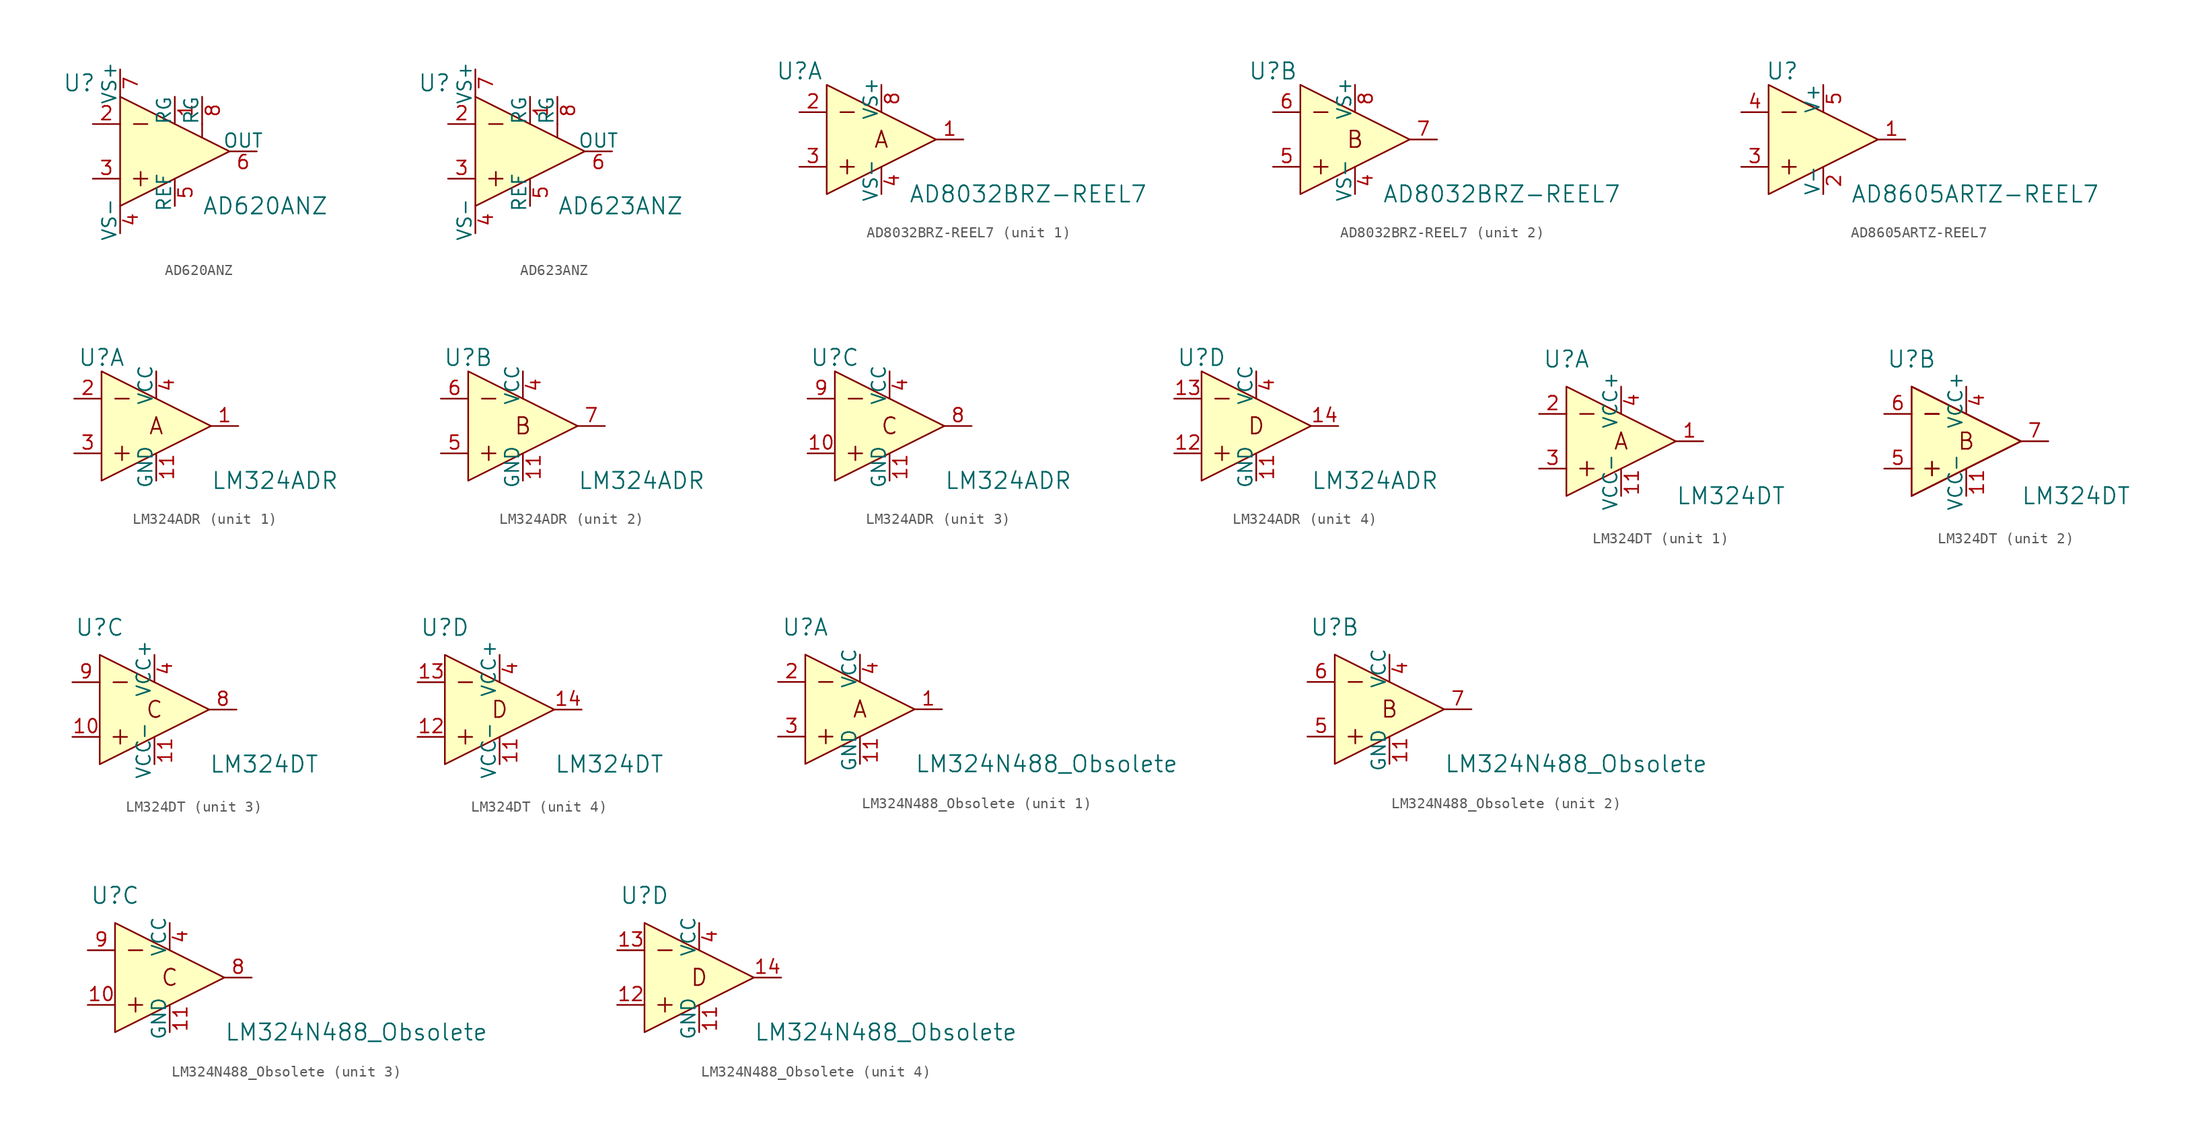
<source format=kicad_sym>
(kicad_symbol_lib
  (version 20211014)
  (generator kicad_symbol_editor)
  (symbol "AD620ANZ"
    (pin_names
      (offset 0))
    (property "Reference" "U"
      (at -8.89 6.35 0)
      (effects (font (size 1.524 1.524))))
    (property "Value" "AD620ANZ"
      (at 2.54 -5.08 0)
      (effects (font (size 1.524 1.524)) (justify left)))
    (symbol "AD620ANZ_1_0"
      (polyline (pts (xy -3.81 -2.54) (xy -2.54 -2.54)) (stroke (width 0) (type default) (color 0 0 0 0)) (fill (type none)))
      (polyline (pts (xy -3.81 2.54) (xy -2.54 2.54)) (stroke (width 0) (type default) (color 0 0 0 0)) (fill (type none)))
      (polyline (pts (xy -3.175 -1.905) (xy -3.175 -3.175)) (stroke (width 0) (type default) (color 0 0 0 0)) (fill (type none)))
      (polyline (pts (xy 2.54 2.54) (xy 2.54 1.27)) (stroke (width 0) (type default) (color 0 0 0 0)) (fill (type none)))
      (polyline (pts (xy -5.08 5.08) (xy -5.08 -5.08) (xy 5.08 0) (xy -5.08 5.08)) (stroke (width 0) (type default) (color 0 0 0 0)) (fill (type background))))
    (symbol "AD620ANZ_1_1"
      (pin passive line (at 0 5.08 270) (length 2.54) (name "RG" (effects (font (size 1.27 1.27)))) (number "1" (effects (font (size 1.27 1.27)))))
      (pin input line (at -7.62 2.54 0) (length 2.54) (name "~" (effects (font (size 1.27 1.27)))) (number "2" (effects (font (size 1.27 1.27)))))
      (pin input line (at -7.62 -2.54 0) (length 2.54) (name "~" (effects (font (size 1.27 1.27)))) (number "3" (effects (font (size 1.27 1.27)))))
      (pin power_in line (at -5.08 -7.62 90) (length 2.54) (name "VS-" (effects (font (size 1.27 1.27)))) (number "4" (effects (font (size 1.27 1.27)))))
      (pin output line (at 0 -5.08 90) (length 2.54) (name "REF" (effects (font (size 1.27 1.27)))) (number "5" (effects (font (size 1.27 1.27)))))
      (pin output line (at 7.62 0 180) (length 2.54) (name "OUT" (effects (font (size 1.27 1.27)))) (number "6" (effects (font (size 1.27 1.27)))))
      (pin power_in line (at -5.08 7.62 270) (length 2.54) (name "VS+" (effects (font (size 1.27 1.27)))) (number "7" (effects (font (size 1.27 1.27)))))
      (pin passive line (at 2.54 5.08 270) (length 2.54) (name "RG" (effects (font (size 1.27 1.27)))) (number "8" (effects (font (size 1.27 1.27)))))))
  (symbol "AD623ANZ"
    (pin_names
      (offset 0))
    (property "Reference" "U"
      (at -8.89 6.35 0)
      (effects (font (size 1.524 1.524))))
    (property "Value" "AD623ANZ"
      (at 2.54 -5.08 0)
      (effects (font (size 1.524 1.524)) (justify left)))
    (symbol "AD623ANZ_1_0"
      (polyline (pts (xy -3.81 -2.54) (xy -2.54 -2.54)) (stroke (width 0) (type default) (color 0 0 0 0)) (fill (type none)))
      (polyline (pts (xy -3.81 2.54) (xy -2.54 2.54)) (stroke (width 0) (type default) (color 0 0 0 0)) (fill (type none)))
      (polyline (pts (xy -3.175 -1.905) (xy -3.175 -3.175)) (stroke (width 0) (type default) (color 0 0 0 0)) (fill (type none)))
      (polyline (pts (xy 2.54 2.54) (xy 2.54 1.27)) (stroke (width 0) (type default) (color 0 0 0 0)) (fill (type none)))
      (polyline (pts (xy -5.08 5.08) (xy -5.08 -5.08) (xy 5.08 0) (xy -5.08 5.08)) (stroke (width 0) (type default) (color 0 0 0 0)) (fill (type background))))
    (symbol "AD623ANZ_1_1"
      (pin passive line (at 0 5.08 270) (length 2.54) (name "RG" (effects (font (size 1.27 1.27)))) (number "1" (effects (font (size 1.27 1.27)))))
      (pin input line (at -7.62 2.54 0) (length 2.54) (name "~" (effects (font (size 1.27 1.27)))) (number "2" (effects (font (size 1.27 1.27)))))
      (pin input line (at -7.62 -2.54 0) (length 2.54) (name "~" (effects (font (size 1.27 1.27)))) (number "3" (effects (font (size 1.27 1.27)))))
      (pin power_in line (at -5.08 -7.62 90) (length 2.54) (name "VS-" (effects (font (size 1.27 1.27)))) (number "4" (effects (font (size 1.27 1.27)))))
      (pin output line (at 0 -5.08 90) (length 2.54) (name "REF" (effects (font (size 1.27 1.27)))) (number "5" (effects (font (size 1.27 1.27)))))
      (pin output line (at 7.62 0 180) (length 2.54) (name "OUT" (effects (font (size 1.27 1.27)))) (number "6" (effects (font (size 1.27 1.27)))))
      (pin power_in line (at -5.08 7.62 270) (length 2.54) (name "VS+" (effects (font (size 1.27 1.27)))) (number "7" (effects (font (size 1.27 1.27)))))
      (pin passive line (at 2.54 5.08 270) (length 2.54) (name "RG" (effects (font (size 1.27 1.27)))) (number "8" (effects (font (size 1.27 1.27)))))))
  (symbol "AD8032BRZ-REEL7"
    (pin_names
      (offset 0))
    (property "Reference" "U"
      (at -7.62 6.35 0)
      (effects (font (size 1.524 1.524))))
    (property "Value" "AD8032BRZ-REEL7"
      (at 2.54 -5.08 0)
      (effects (font (size 1.524 1.524)) (justify left)))
    (property "ki_locked" ""
      (at 0 0 0)
      (effects (font (size 1.27 1.27))))
    (symbol "AD8032BRZ-REEL7_0_1"
      (polyline (pts (xy -3.81 -2.54) (xy -2.54 -2.54)) (stroke (width 0) (type default) (color 0 0 0 0)) (fill (type none)))
      (polyline (pts (xy -3.81 2.54) (xy -2.54 2.54)) (stroke (width 0) (type default) (color 0 0 0 0)) (fill (type none)))
      (polyline (pts (xy -3.175 -3.175) (xy -3.175 -1.905)) (stroke (width 0) (type default) (color 0 0 0 0)) (fill (type none)))
      (polyline (pts (xy -5.08 5.08) (xy -5.08 -5.08) (xy 5.08 0) (xy -5.08 5.08)) (stroke (width 0) (type default) (color 0 0 0 0)) (fill (type background))))
    (symbol "AD8032BRZ-REEL7_1_0"
      (text "A" (at 0 0 0) (effects (font (size 1.524 1.524)))))
    (symbol "AD8032BRZ-REEL7_1_1"
      (pin output line (at 7.62 0 180) (length 2.54) (name "~" (effects (font (size 1.27 1.27)))) (number "1" (effects (font (size 1.27 1.27)))))
      (pin input line (at -7.62 2.54 0) (length 2.54) (name "~" (effects (font (size 1.27 1.27)))) (number "2" (effects (font (size 1.27 1.27)))))
      (pin input line (at -7.62 -2.54 0) (length 2.54) (name "~" (effects (font (size 1.27 1.27)))) (number "3" (effects (font (size 1.27 1.27)))))
      (pin power_in line (at 0 -5.08 90) (length 2.54) (name "VS-" (effects (font (size 1.27 1.27)))) (number "4" (effects (font (size 1.27 1.27)))))
      (pin power_in line (at 0 5.08 270) (length 2.54) (name "VS+" (effects (font (size 1.27 1.27)))) (number "8" (effects (font (size 1.27 1.27))))))
    (symbol "AD8032BRZ-REEL7_2_0"
      (text "B" (at 0 0 0) (effects (font (size 1.524 1.524)))))
    (symbol "AD8032BRZ-REEL7_2_1"
      (pin power_in line (at 0 -5.08 90) (length 2.54) (name "VS-" (effects (font (size 1.27 1.27)))) (number "4" (effects (font (size 1.27 1.27)))))
      (pin input line (at -7.62 -2.54 0) (length 2.54) (name "~" (effects (font (size 1.27 1.27)))) (number "5" (effects (font (size 1.27 1.27)))))
      (pin input line (at -7.62 2.54 0) (length 2.54) (name "~" (effects (font (size 1.27 1.27)))) (number "6" (effects (font (size 1.27 1.27)))))
      (pin output line (at 7.62 0 180) (length 2.54) (name "~" (effects (font (size 1.27 1.27)))) (number "7" (effects (font (size 1.27 1.27)))))
      (pin power_in line (at 0 5.08 270) (length 2.54) (name "VS+" (effects (font (size 1.27 1.27)))) (number "8" (effects (font (size 1.27 1.27)))))))
  (symbol "AD8605ARTZ-REEL7"
    (pin_names
      (offset 0))
    (property "Reference" "U"
      (at -3.81 6.35 0)
      (effects (font (size 1.524 1.524))))
    (property "Value" "AD8605ARTZ-REEL7"
      (at 2.54 -5.08 0)
      (effects (font (size 1.524 1.524)) (justify left)))
    (symbol "AD8605ARTZ-REEL7_1_0"
      (polyline (pts (xy -3.81 -2.54) (xy -2.54 -2.54)) (stroke (width 0) (type default) (color 0 0 0 0)) (fill (type none)))
      (polyline (pts (xy -3.81 2.54) (xy -2.54 2.54)) (stroke (width 0) (type default) (color 0 0 0 0)) (fill (type none)))
      (polyline (pts (xy -3.175 -1.905) (xy -3.175 -3.175)) (stroke (width 0) (type default) (color 0 0 0 0)) (fill (type none)))
      (polyline (pts (xy -5.08 5.08) (xy -5.08 -5.08) (xy 5.08 0) (xy -5.08 5.08)) (stroke (width 0) (type default) (color 0 0 0 0)) (fill (type background))))
    (symbol "AD8605ARTZ-REEL7_1_1"
      (pin output line (at 7.62 0 180) (length 2.54) (name "~" (effects (font (size 1.27 1.27)))) (number "1" (effects (font (size 1.27 1.27)))))
      (pin power_in line (at 0 -5.08 90) (length 2.54) (name "V-" (effects (font (size 1.27 1.27)))) (number "2" (effects (font (size 1.27 1.27)))))
      (pin input line (at -7.62 -2.54 0) (length 2.54) (name "~" (effects (font (size 1.27 1.27)))) (number "3" (effects (font (size 1.27 1.27)))))
      (pin input line (at -7.62 2.54 0) (length 2.54) (name "~" (effects (font (size 1.27 1.27)))) (number "4" (effects (font (size 1.27 1.27)))))
      (pin power_in line (at 0 5.08 270) (length 2.54) (name "V+" (effects (font (size 1.27 1.27)))) (number "5" (effects (font (size 1.27 1.27)))))))
  (symbol "LM324ADR"
    (pin_names
      (offset 0))
    (property "Reference" "U"
      (at -5.08 6.35 0)
      (effects (font (size 1.524 1.524))))
    (property "Value" "LM324ADR"
      (at 5.08 -5.08 0)
      (effects (font (size 1.524 1.524)) (justify left)))
    (property "ki_locked" ""
      (at 0 0 0)
      (effects (font (size 1.27 1.27))))
    (symbol "LM324ADR_0_0"
      (polyline (pts (xy -3.81 -2.54) (xy -2.54 -2.54)) (stroke (width 0) (type default) (color 0 0 0 0)) (fill (type none)))
      (polyline (pts (xy -3.81 2.54) (xy -2.54 2.54)) (stroke (width 0) (type default) (color 0 0 0 0)) (fill (type none)))
      (polyline (pts (xy -3.175 -1.905) (xy -3.175 -3.175)) (stroke (width 0) (type default) (color 0 0 0 0)) (fill (type none)))
      (polyline (pts (xy -5.08 5.08) (xy -5.08 -5.08) (xy 5.08 0) (xy -5.08 5.08)) (stroke (width 0) (type default) (color 0 0 0 0)) (fill (type background))))
    (symbol "LM324ADR_1_0"
      (text "A" (at 0 0 0) (effects (font (size 1.524 1.524)))))
    (symbol "LM324ADR_1_1"
      (pin output line (at 7.62 0 180) (length 2.54) (name "~" (effects (font (size 1.27 1.27)))) (number "1" (effects (font (size 1.27 1.27)))))
      (pin power_in line (at 0 -5.08 90) (length 2.54) (name "GND" (effects (font (size 1.27 1.27)))) (number "11" (effects (font (size 1.27 1.27)))))
      (pin input line (at -7.62 2.54 0) (length 2.54) (name "~" (effects (font (size 1.27 1.27)))) (number "2" (effects (font (size 1.27 1.27)))))
      (pin input line (at -7.62 -2.54 0) (length 2.54) (name "~" (effects (font (size 1.27 1.27)))) (number "3" (effects (font (size 1.27 1.27)))))
      (pin power_in line (at 0 5.08 270) (length 2.54) (name "VCC" (effects (font (size 1.27 1.27)))) (number "4" (effects (font (size 1.27 1.27))))))
    (symbol "LM324ADR_2_0"
      (text "B" (at 0 0 0) (effects (font (size 1.524 1.524)))))
    (symbol "LM324ADR_2_1"
      (pin power_in line (at 0 -5.08 90) (length 2.54) (name "GND" (effects (font (size 1.27 1.27)))) (number "11" (effects (font (size 1.27 1.27)))))
      (pin power_in line (at 0 5.08 270) (length 2.54) (name "VCC" (effects (font (size 1.27 1.27)))) (number "4" (effects (font (size 1.27 1.27)))))
      (pin input line (at -7.62 -2.54 0) (length 2.54) (name "~" (effects (font (size 1.27 1.27)))) (number "5" (effects (font (size 1.27 1.27)))))
      (pin input line (at -7.62 2.54 0) (length 2.54) (name "~" (effects (font (size 1.27 1.27)))) (number "6" (effects (font (size 1.27 1.27)))))
      (pin output line (at 7.62 0 180) (length 2.54) (name "~" (effects (font (size 1.27 1.27)))) (number "7" (effects (font (size 1.27 1.27))))))
    (symbol "LM324ADR_3_0"
      (text "C" (at 0 0 0) (effects (font (size 1.524 1.524)))))
    (symbol "LM324ADR_3_1"
      (pin input line (at -7.62 -2.54 0) (length 2.54) (name "~" (effects (font (size 1.27 1.27)))) (number "10" (effects (font (size 1.27 1.27)))))
      (pin power_in line (at 0 -5.08 90) (length 2.54) (name "GND" (effects (font (size 1.27 1.27)))) (number "11" (effects (font (size 1.27 1.27)))))
      (pin power_in line (at 0 5.08 270) (length 2.54) (name "VCC" (effects (font (size 1.27 1.27)))) (number "4" (effects (font (size 1.27 1.27)))))
      (pin output line (at 7.62 0 180) (length 2.54) (name "~" (effects (font (size 1.27 1.27)))) (number "8" (effects (font (size 1.27 1.27)))))
      (pin input line (at -7.62 2.54 0) (length 2.54) (name "~" (effects (font (size 1.27 1.27)))) (number "9" (effects (font (size 1.27 1.27))))))
    (symbol "LM324ADR_4_0"
      (text "D" (at 0 0 0) (effects (font (size 1.524 1.524)))))
    (symbol "LM324ADR_4_1"
      (pin power_in line (at 0 -5.08 90) (length 2.54) (name "GND" (effects (font (size 1.27 1.27)))) (number "11" (effects (font (size 1.27 1.27)))))
      (pin input line (at -7.62 -2.54 0) (length 2.54) (name "~" (effects (font (size 1.27 1.27)))) (number "12" (effects (font (size 1.27 1.27)))))
      (pin input line (at -7.62 2.54 0) (length 2.54) (name "~" (effects (font (size 1.27 1.27)))) (number "13" (effects (font (size 1.27 1.27)))))
      (pin output line (at 7.62 0 180) (length 2.54) (name "~" (effects (font (size 1.27 1.27)))) (number "14" (effects (font (size 1.27 1.27)))))
      (pin power_in line (at 0 5.08 270) (length 2.54) (name "VCC" (effects (font (size 1.27 1.27)))) (number "4" (effects (font (size 1.27 1.27)))))))
  (symbol "LM324DT"
    (pin_names
      (offset 0))
    (property "Reference" "U"
      (at -5.08 7.62 0)
      (effects (font (size 1.524 1.524))))
    (property "Value" "LM324DT"
      (at 5.08 -5.08 0)
      (effects (font (size 1.524 1.524)) (justify left)))
    (property "ki_locked" ""
      (at 0 0 0)
      (effects (font (size 1.27 1.27))))
    (symbol "LM324DT_0_0"
      (polyline (pts (xy -3.81 -2.54) (xy -2.54 -2.54)) (stroke (width 0) (type default) (color 0 0 0 0)) (fill (type none)))
      (polyline (pts (xy -3.81 2.54) (xy -2.54 2.54)) (stroke (width 0) (type default) (color 0 0 0 0)) (fill (type none)))
      (polyline (pts (xy -3.175 -1.905) (xy -3.175 -3.175)) (stroke (width 0) (type default) (color 0 0 0 0)) (fill (type none)))
      (polyline (pts (xy -5.08 5.08) (xy -5.08 -5.08) (xy 5.08 0) (xy -5.08 5.08)) (stroke (width 0) (type default) (color 0 0 0 0)) (fill (type background))))
    (symbol "LM324DT_1_0"
      (text "A" (at 0 0 0) (effects (font (size 1.524 1.524)))))
    (symbol "LM324DT_1_1"
      (pin output line (at 7.62 0 180) (length 2.54) (name "~" (effects (font (size 1.27 1.27)))) (number "1" (effects (font (size 1.27 1.27)))))
      (pin power_in line (at 0 -5.08 90) (length 2.54) (name "VCC-" (effects (font (size 1.27 1.27)))) (number "11" (effects (font (size 1.27 1.27)))))
      (pin input line (at -7.62 2.54 0) (length 2.54) (name "~" (effects (font (size 1.27 1.27)))) (number "2" (effects (font (size 1.27 1.27)))))
      (pin input line (at -7.62 -2.54 0) (length 2.54) (name "~" (effects (font (size 1.27 1.27)))) (number "3" (effects (font (size 1.27 1.27)))))
      (pin power_in line (at 0 5.08 270) (length 2.54) (name "VCC+" (effects (font (size 1.27 1.27)))) (number "4" (effects (font (size 1.27 1.27))))))
    (symbol "LM324DT_2_0"
      (polyline (pts (xy -3.81 -2.54) (xy -2.54 -2.54)) (stroke (width 0) (type default) (color 0 0 0 0)) (fill (type none)))
      (polyline (pts (xy -3.81 2.54) (xy -2.54 2.54)) (stroke (width 0) (type default) (color 0 0 0 0)) (fill (type none)))
      (polyline (pts (xy -3.175 -1.905) (xy -3.175 -3.175)) (stroke (width 0) (type default) (color 0 0 0 0)) (fill (type none)))
      (polyline (pts (xy -5.08 5.08) (xy -5.08 -5.08) (xy 5.08 0) (xy -5.08 5.08)) (stroke (width 0) (type default) (color 0 0 0 0)) (fill (type background)))
      (text "B" (at 0 0 0) (effects (font (size 1.524 1.524)))))
    (symbol "LM324DT_2_1"
      (pin power_in line (at 0 -5.08 90) (length 2.54) (name "VCC-" (effects (font (size 1.27 1.27)))) (number "11" (effects (font (size 1.27 1.27)))))
      (pin power_in line (at 0 5.08 270) (length 2.54) (name "VCC+" (effects (font (size 1.27 1.27)))) (number "4" (effects (font (size 1.27 1.27)))))
      (pin input line (at -7.62 -2.54 0) (length 2.54) (name "~" (effects (font (size 1.27 1.27)))) (number "5" (effects (font (size 1.27 1.27)))))
      (pin input line (at -7.62 2.54 0) (length 2.54) (name "~" (effects (font (size 1.27 1.27)))) (number "6" (effects (font (size 1.27 1.27)))))
      (pin output line (at 7.62 0 180) (length 2.54) (name "~" (effects (font (size 1.27 1.27)))) (number "7" (effects (font (size 1.27 1.27))))))
    (symbol "LM324DT_3_0"
      (text "C" (at 0 0 0) (effects (font (size 1.524 1.524)))))
    (symbol "LM324DT_3_1"
      (pin input line (at -7.62 -2.54 0) (length 2.54) (name "~" (effects (font (size 1.27 1.27)))) (number "10" (effects (font (size 1.27 1.27)))))
      (pin power_in line (at 0 -5.08 90) (length 2.54) (name "VCC-" (effects (font (size 1.27 1.27)))) (number "11" (effects (font (size 1.27 1.27)))))
      (pin power_in line (at 0 5.08 270) (length 2.54) (name "VCC+" (effects (font (size 1.27 1.27)))) (number "4" (effects (font (size 1.27 1.27)))))
      (pin output line (at 7.62 0 180) (length 2.54) (name "~" (effects (font (size 1.27 1.27)))) (number "8" (effects (font (size 1.27 1.27)))))
      (pin input line (at -7.62 2.54 0) (length 2.54) (name "~" (effects (font (size 1.27 1.27)))) (number "9" (effects (font (size 1.27 1.27))))))
    (symbol "LM324DT_4_0"
      (text "D" (at 0 0 0) (effects (font (size 1.524 1.524)))))
    (symbol "LM324DT_4_1"
      (pin power_in line (at 0 -5.08 90) (length 2.54) (name "VCC-" (effects (font (size 1.27 1.27)))) (number "11" (effects (font (size 1.27 1.27)))))
      (pin input line (at -7.62 -2.54 0) (length 2.54) (name "~" (effects (font (size 1.27 1.27)))) (number "12" (effects (font (size 1.27 1.27)))))
      (pin input line (at -7.62 2.54 0) (length 2.54) (name "~" (effects (font (size 1.27 1.27)))) (number "13" (effects (font (size 1.27 1.27)))))
      (pin output line (at 7.62 0 180) (length 2.54) (name "~" (effects (font (size 1.27 1.27)))) (number "14" (effects (font (size 1.27 1.27)))))
      (pin power_in line (at 0 5.08 270) (length 2.54) (name "VCC+" (effects (font (size 1.27 1.27)))) (number "4" (effects (font (size 1.27 1.27)))))))
  (symbol "LM324N488_Obsolete"
    (pin_names
      (offset 0))
    (property "Reference" "U"
      (at -5.08 7.62 0)
      (effects (font (size 1.524 1.524))))
    (property "Value" "LM324N488_Obsolete"
      (at 5.08 -5.08 0)
      (effects (font (size 1.524 1.524)) (justify left)))
    (property "ki_locked" ""
      (at 0 0 0)
      (effects (font (size 1.27 1.27))))
    (symbol "LM324N488_Obsolete_0_0"
      (polyline (pts (xy -3.81 -2.54) (xy -2.54 -2.54)) (stroke (width 0) (type default) (color 0 0 0 0)) (fill (type none)))
      (polyline (pts (xy -3.81 2.54) (xy -2.54 2.54)) (stroke (width 0) (type default) (color 0 0 0 0)) (fill (type none)))
      (polyline (pts (xy -3.175 -1.905) (xy -3.175 -3.175)) (stroke (width 0) (type default) (color 0 0 0 0)) (fill (type none)))
      (polyline (pts (xy -5.08 5.08) (xy -5.08 -5.08) (xy 5.08 0) (xy -5.08 5.08)) (stroke (width 0) (type default) (color 0 0 0 0)) (fill (type background))))
    (symbol "LM324N488_Obsolete_1_0"
      (text "A" (at 0 0 0) (effects (font (size 1.524 1.524)))))
    (symbol "LM324N488_Obsolete_1_1"
      (pin output line (at 7.62 0 180) (length 2.54) (name "~" (effects (font (size 1.27 1.27)))) (number "1" (effects (font (size 1.27 1.27)))))
      (pin power_in line (at 0 -5.08 90) (length 2.54) (name "GND" (effects (font (size 1.27 1.27)))) (number "11" (effects (font (size 1.27 1.27)))))
      (pin input line (at -7.62 2.54 0) (length 2.54) (name "~" (effects (font (size 1.27 1.27)))) (number "2" (effects (font (size 1.27 1.27)))))
      (pin input line (at -7.62 -2.54 0) (length 2.54) (name "~" (effects (font (size 1.27 1.27)))) (number "3" (effects (font (size 1.27 1.27)))))
      (pin power_in line (at 0 5.08 270) (length 2.54) (name "VCC" (effects (font (size 1.27 1.27)))) (number "4" (effects (font (size 1.27 1.27))))))
    (symbol "LM324N488_Obsolete_2_0"
      (text "B" (at 0 0 0) (effects (font (size 1.524 1.524)))))
    (symbol "LM324N488_Obsolete_2_1"
      (pin power_in line (at 0 -5.08 90) (length 2.54) (name "GND" (effects (font (size 1.27 1.27)))) (number "11" (effects (font (size 1.27 1.27)))))
      (pin power_in line (at 0 5.08 270) (length 2.54) (name "VCC" (effects (font (size 1.27 1.27)))) (number "4" (effects (font (size 1.27 1.27)))))
      (pin input line (at -7.62 -2.54 0) (length 2.54) (name "~" (effects (font (size 1.27 1.27)))) (number "5" (effects (font (size 1.27 1.27)))))
      (pin input line (at -7.62 2.54 0) (length 2.54) (name "~" (effects (font (size 1.27 1.27)))) (number "6" (effects (font (size 1.27 1.27)))))
      (pin output line (at 7.62 0 180) (length 2.54) (name "~" (effects (font (size 1.27 1.27)))) (number "7" (effects (font (size 1.27 1.27))))))
    (symbol "LM324N488_Obsolete_3_0"
      (text "C" (at 0 0 0) (effects (font (size 1.524 1.524)))))
    (symbol "LM324N488_Obsolete_3_1"
      (pin input line (at -7.62 -2.54 0) (length 2.54) (name "~" (effects (font (size 1.27 1.27)))) (number "10" (effects (font (size 1.27 1.27)))))
      (pin power_in line (at 0 -5.08 90) (length 2.54) (name "GND" (effects (font (size 1.27 1.27)))) (number "11" (effects (font (size 1.27 1.27)))))
      (pin power_in line (at 0 5.08 270) (length 2.54) (name "VCC" (effects (font (size 1.27 1.27)))) (number "4" (effects (font (size 1.27 1.27)))))
      (pin output line (at 7.62 0 180) (length 2.54) (name "~" (effects (font (size 1.27 1.27)))) (number "8" (effects (font (size 1.27 1.27)))))
      (pin input line (at -7.62 2.54 0) (length 2.54) (name "~" (effects (font (size 1.27 1.27)))) (number "9" (effects (font (size 1.27 1.27))))))
    (symbol "LM324N488_Obsolete_4_0"
      (text "D" (at 0 0 0) (effects (font (size 1.524 1.524)))))
    (symbol "LM324N488_Obsolete_4_1"
      (pin power_in line (at 0 -5.08 90) (length 2.54) (name "GND" (effects (font (size 1.27 1.27)))) (number "11" (effects (font (size 1.27 1.27)))))
      (pin input line (at -7.62 -2.54 0) (length 2.54) (name "~" (effects (font (size 1.27 1.27)))) (number "12" (effects (font (size 1.27 1.27)))))
      (pin input line (at -7.62 2.54 0) (length 2.54) (name "~" (effects (font (size 1.27 1.27)))) (number "13" (effects (font (size 1.27 1.27)))))
      (pin output line (at 7.62 0 180) (length 2.54) (name "~" (effects (font (size 1.27 1.27)))) (number "14" (effects (font (size 1.27 1.27)))))
      (pin power_in line (at 0 5.08 270) (length 2.54) (name "VCC" (effects (font (size 1.27 1.27)))) (number "4" (effects (font (size 1.27 1.27))))))))
</source>
